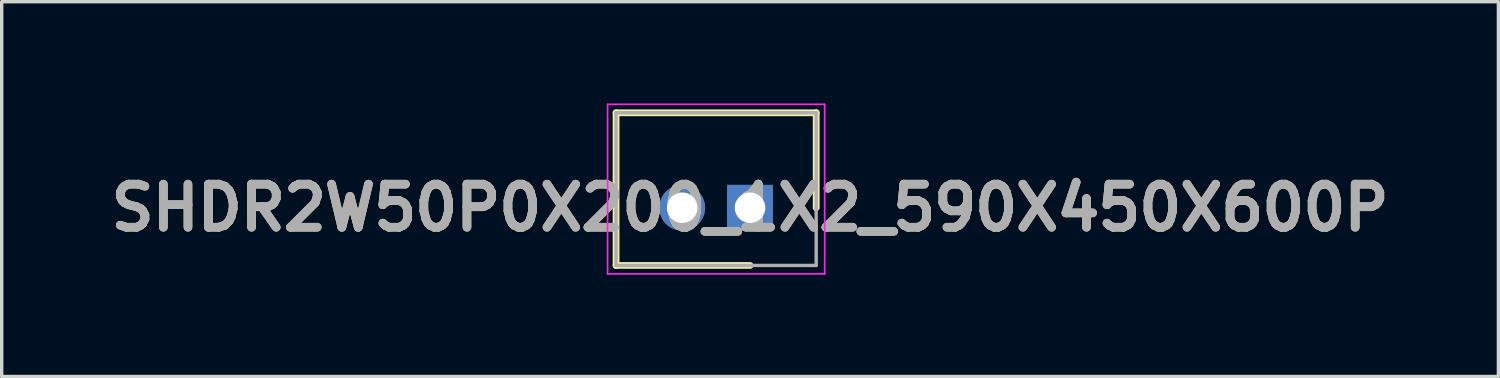
<source format=kicad_pcb>
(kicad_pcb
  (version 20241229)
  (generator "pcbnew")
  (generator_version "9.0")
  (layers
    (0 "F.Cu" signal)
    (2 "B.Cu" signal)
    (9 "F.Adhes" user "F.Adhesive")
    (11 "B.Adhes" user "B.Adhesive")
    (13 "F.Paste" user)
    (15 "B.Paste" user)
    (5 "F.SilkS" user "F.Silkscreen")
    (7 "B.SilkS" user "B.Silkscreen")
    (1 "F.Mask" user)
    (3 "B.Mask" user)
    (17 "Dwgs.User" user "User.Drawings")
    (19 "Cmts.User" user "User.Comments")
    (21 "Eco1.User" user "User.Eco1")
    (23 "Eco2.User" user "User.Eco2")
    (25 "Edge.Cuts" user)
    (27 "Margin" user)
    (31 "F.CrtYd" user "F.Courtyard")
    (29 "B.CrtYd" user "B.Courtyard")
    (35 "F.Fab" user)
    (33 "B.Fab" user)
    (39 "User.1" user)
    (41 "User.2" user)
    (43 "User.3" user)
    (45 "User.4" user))
  (footprint "SHDR2W50P0X200_1X2_590X450X600P"
    (layer "F.Cu")
    (at 19.062 3.075)
    (property "Reference" "SHDR2W50P0X200_1X2_590X450X600P" (at 0 0 0) (layer "F.SilkS") (effects (font (size 1.27 1.27) (thickness 0.254))))
    (attr through_hole)
    (fp_line (start -3.95 -2.8) (end 1.95 -2.8) (stroke (width 0.2) (type solid)) (layer "F.SilkS"))
    (fp_line (start -3.95 1.7) (end -3.95 -2.8) (stroke (width 0.2) (type solid)) (layer "F.SilkS"))
    (fp_line (start 0 1.7) (end -3.95 1.7) (stroke (width 0.2) (type solid)) (layer "F.SilkS"))
    (fp_line (start 1.95 -2.8) (end 1.95 0) (stroke (width 0.2) (type solid)) (layer "F.SilkS"))
    (fp_line (start -4.2 -3.05) (end 2.2 -3.05) (stroke (width 0.05) (type solid)) (layer "F.CrtYd"))
    (fp_line (start -4.2 1.95) (end -4.2 -3.05) (stroke (width 0.05) (type solid)) (layer "F.CrtYd"))
    (fp_line (start 2.2 -3.05) (end 2.2 1.95) (stroke (width 0.05) (type solid)) (layer "F.CrtYd"))
    (fp_line (start 2.2 1.95) (end -4.2 1.95) (stroke (width 0.05) (type solid)) (layer "F.CrtYd"))
    (fp_line (start -3.95 -2.8) (end 1.95 -2.8) (stroke (width 0.1) (type solid)) (layer "F.Fab"))
    (fp_line (start -3.95 1.7) (end -3.95 -2.8) (stroke (width 0.1) (type solid)) (layer "F.Fab"))
    (fp_line (start 1.95 -2.8) (end 1.95 1.7) (stroke (width 0.1) (type solid)) (layer "F.Fab"))
    (fp_line (start 1.95 1.7) (end -3.95 1.7) (stroke (width 0.1) (type solid)) (layer "F.Fab"))
    (fp_text user "${REFERENCE}" (at 0 0 0) (layer "F.Fab") (effects (font (size 1.27 1.27) (thickness 0.254))))
    (pad "1" thru_hole rect (at 0 0) (size 1.35 1.35) (drill 0.9) (layers "*.Cu" "*.Mask"))
    (pad "2" thru_hole circle (at -2 0) (size 1.35 1.35) (drill 0.9) (layers "*.Cu" "*.Mask")))
  (gr_rect
    (start -3 -3)
    (end 41.124 8.05)
    (stroke (width 0.1) (type default))
    (fill no)
    (layer "Edge.Cuts")))
</source>
